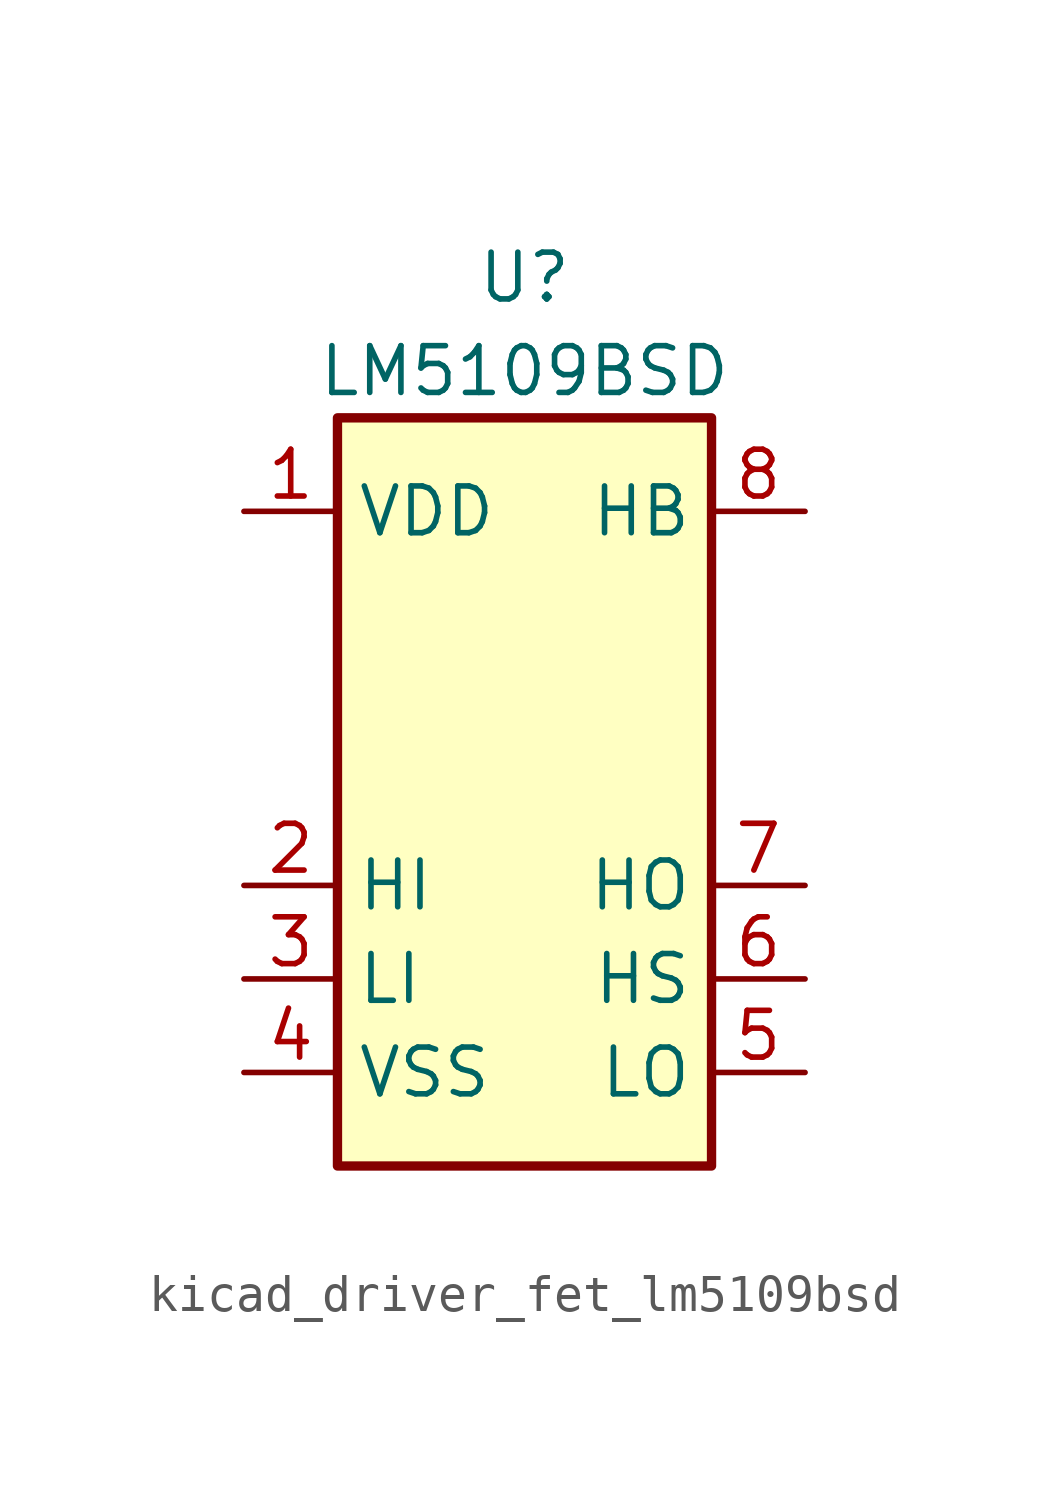
<source format=kicad_sym>
(kicad_symbol_lib
  (version 20220914)
  (generator kicad_symbol_editor)
  (symbol "kicad_driver_fet_lm5109bsd"
    (property "Reference" "U"
      (at 0 13.97 0)
      (effects (font (size 1.27 1.27))))
    (property "Value" "LM5109BSD"
      (at 0 11.43 0)
      (effects (font (size 1.27 1.27))))
    (symbol "kicad_driver_fet_lm5109bsd_0_1"
      (rectangle (start -5.08 -10.16) (end 5.08 10.16) (stroke (width 0.254) (type default)) (fill (type background))))
    (symbol "kicad_driver_fet_lm5109bsd_1_1"
      (pin power_in line (at -7.62 7.62 0) (length 2.54) (name "VDD" (effects (font (size 1.27 1.27)))) (number "1" (effects (font (size 1.27 1.27)))))
      (pin input line (at -7.62 -2.54 0) (length 2.54) (name "HI" (effects (font (size 1.27 1.27)))) (number "2" (effects (font (size 1.27 1.27)))))
      (pin input line (at -7.62 -5.08 0) (length 2.54) (name "LI" (effects (font (size 1.27 1.27)))) (number "3" (effects (font (size 1.27 1.27)))))
      (pin power_in line (at -7.62 -7.62 0) (length 2.54) (name "VSS" (effects (font (size 1.27 1.27)))) (number "4" (effects (font (size 1.27 1.27)))))
      (pin output line (at 7.62 -7.62 180) (length 2.54) (name "LO" (effects (font (size 1.27 1.27)))) (number "5" (effects (font (size 1.27 1.27)))))
      (pin passive line (at 7.62 -5.08 180) (length 2.54) (name "HS" (effects (font (size 1.27 1.27)))) (number "6" (effects (font (size 1.27 1.27)))))
      (pin output line (at 7.62 -2.54 180) (length 2.54) (name "HO" (effects (font (size 1.27 1.27)))) (number "7" (effects (font (size 1.27 1.27)))))
      (pin passive line (at 7.62 7.62 180) (length 2.54) (name "HB" (effects (font (size 1.27 1.27)))) (number "8" (effects (font (size 1.27 1.27)))))
      (pin passive line (at -7.62 -7.62 0) (length 2.54) hide (name "VSS" (effects (font (size 1.27 1.27)))) (number "9" (effects (font (size 1.27 1.27))))))))
</source>
